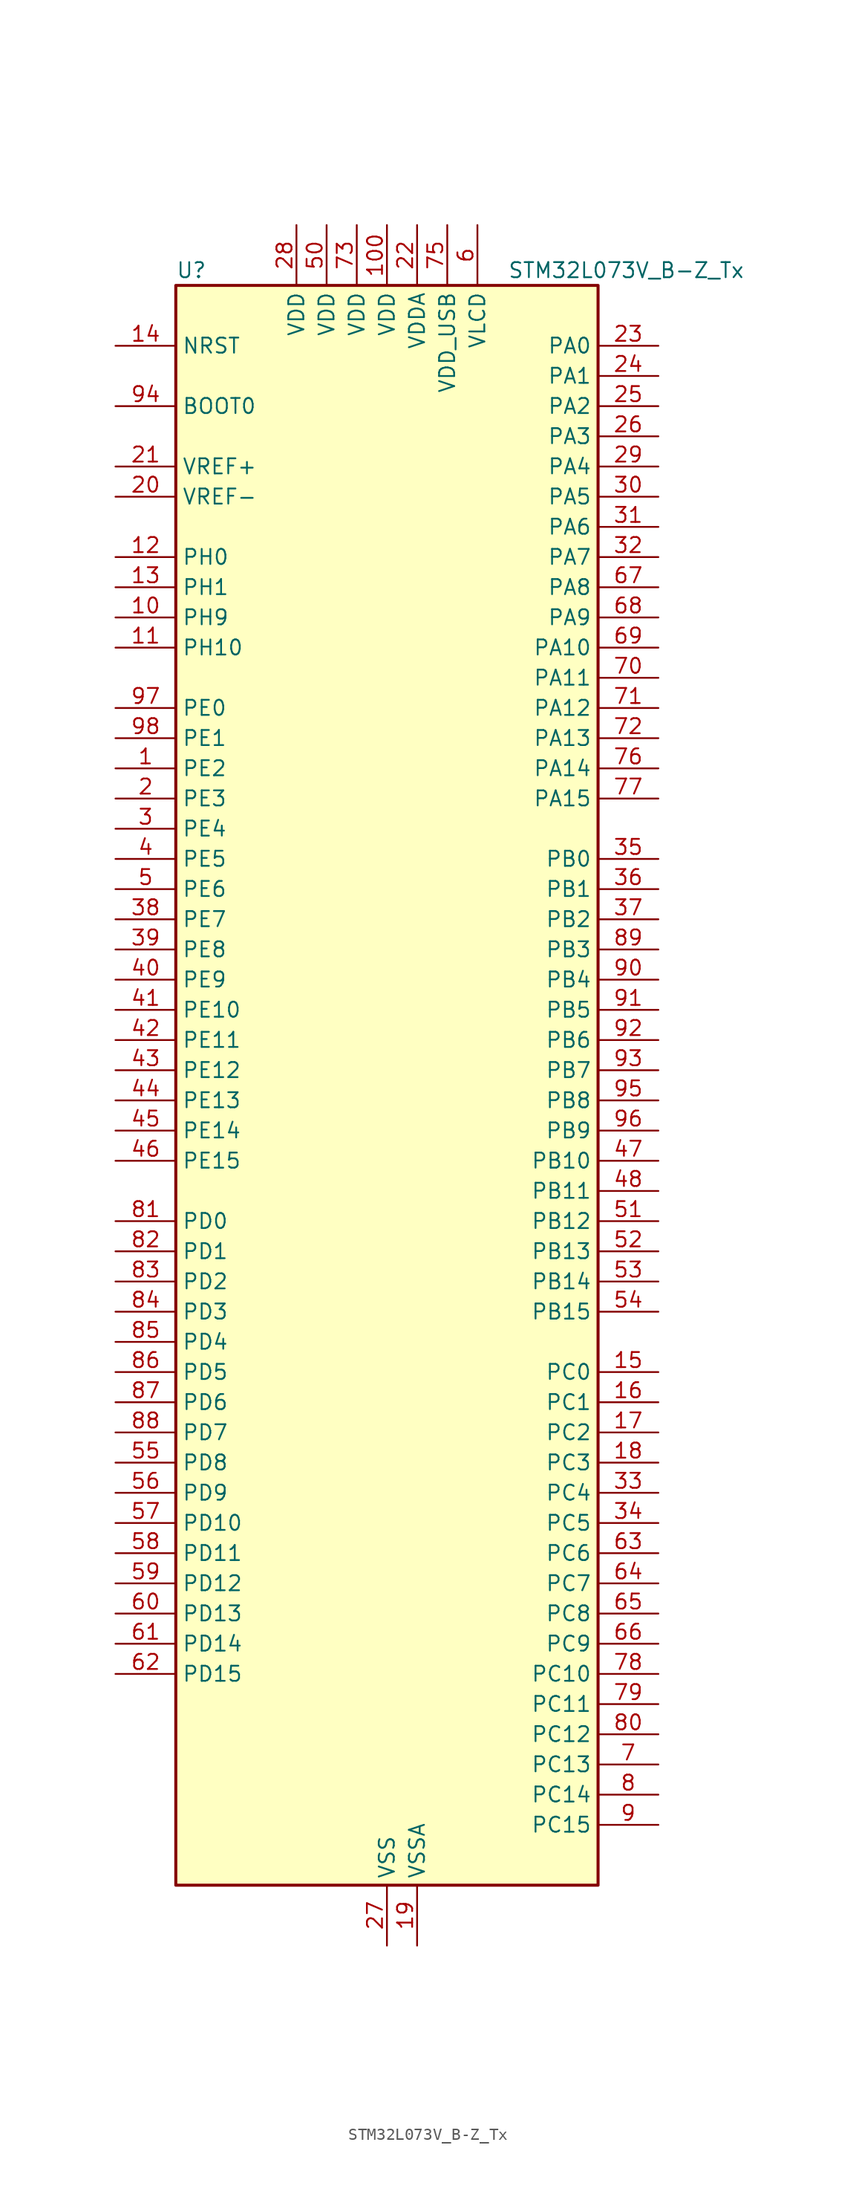
<source format=kicad_sym>
(kicad_symbol_lib
  (version 20241209)
  (generator "kicad_symbol_editor")
  (generator_version "9.0")
  (symbol "STM32L073V_B-Z_Tx"
    (property "Reference" "U"
      (at -17.78 69.85 0)
      (effects (font (size 1.27 1.27)) (justify left)))
    (property "Value" "STM32L073V_B-Z_Tx"
      (at 10.16 69.85 0)
      (effects (font (size 1.27 1.27)) (justify left)))
    (symbol "STM32L073V_B-Z_Tx_0_1"
      (rectangle (start -17.78 -66.04) (end 17.78 68.58) (stroke (width 0.254) (type default)) (fill (type background))))
    (symbol "STM32L073V_B-Z_Tx_1_1"
      (pin input line (at -22.86 63.5 0) (length 5.08) (name "NRST" (effects (font (size 1.27 1.27)))) (number "14" (effects (font (size 1.27 1.27)))))
      (pin input line (at -22.86 58.42 0) (length 5.08) (name "BOOT0" (effects (font (size 1.27 1.27)))) (number "94" (effects (font (size 1.27 1.27)))))
      (pin input line (at -22.86 53.34 0) (length 5.08) (name "VREF+" (effects (font (size 1.27 1.27)))) (number "21" (effects (font (size 1.27 1.27)))))
      (pin input line (at -22.86 50.8 0) (length 5.08) (name "VREF-" (effects (font (size 1.27 1.27)))) (number "20" (effects (font (size 1.27 1.27)))))
      (pin bidirectional line (at -22.86 45.72 0) (length 5.08) (name "PH0" (effects (font (size 1.27 1.27)))) (number "12" (effects (font (size 1.27 1.27)))) (alternate "CRS_SYNC" bidirectional line) (alternate "RCC_OSC_IN" bidirectional line))
      (pin bidirectional line (at -22.86 43.18 0) (length 5.08) (name "PH1" (effects (font (size 1.27 1.27)))) (number "13" (effects (font (size 1.27 1.27)))) (alternate "RCC_OSC_OUT" bidirectional line))
      (pin bidirectional line (at -22.86 40.64 0) (length 5.08) (name "PH9" (effects (font (size 1.27 1.27)))) (number "10" (effects (font (size 1.27 1.27)))) (alternate "DAC_EXTI9" bidirectional line))
      (pin bidirectional line (at -22.86 38.1 0) (length 5.08) (name "PH10" (effects (font (size 1.27 1.27)))) (number "11" (effects (font (size 1.27 1.27)))))
      (pin bidirectional line (at -22.86 33.02 0) (length 5.08) (name "PE0" (effects (font (size 1.27 1.27)))) (number "97" (effects (font (size 1.27 1.27)))) (alternate "LCD_SEG36" bidirectional line))
      (pin bidirectional line (at -22.86 30.48 0) (length 5.08) (name "PE1" (effects (font (size 1.27 1.27)))) (number "98" (effects (font (size 1.27 1.27)))) (alternate "LCD_SEG37" bidirectional line))
      (pin bidirectional line (at -22.86 27.94 0) (length 5.08) (name "PE2" (effects (font (size 1.27 1.27)))) (number "1" (effects (font (size 1.27 1.27)))) (alternate "LCD_SEG38" bidirectional line) (alternate "TIM3_ETR" bidirectional line))
      (pin bidirectional line (at -22.86 25.4 0) (length 5.08) (name "PE3" (effects (font (size 1.27 1.27)))) (number "2" (effects (font (size 1.27 1.27)))) (alternate "LCD_SEG39" bidirectional line) (alternate "TIM22_CH1" bidirectional line) (alternate "TIM3_CH1" bidirectional line))
      (pin bidirectional line (at -22.86 22.86 0) (length 5.08) (name "PE4" (effects (font (size 1.27 1.27)))) (number "3" (effects (font (size 1.27 1.27)))) (alternate "TIM22_CH2" bidirectional line) (alternate "TIM3_CH2" bidirectional line))
      (pin bidirectional line (at -22.86 20.32 0) (length 5.08) (name "PE5" (effects (font (size 1.27 1.27)))) (number "4" (effects (font (size 1.27 1.27)))) (alternate "TIM21_CH1" bidirectional line) (alternate "TIM3_CH3" bidirectional line))
      (pin bidirectional line (at -22.86 17.78 0) (length 5.08) (name "PE6" (effects (font (size 1.27 1.27)))) (number "5" (effects (font (size 1.27 1.27)))) (alternate "RTC_TAMP3" bidirectional line) (alternate "SYS_WKUP3" bidirectional line) (alternate "TIM21_CH2" bidirectional line) (alternate "TIM3_CH4" bidirectional line))
      (pin bidirectional line (at -22.86 15.24 0) (length 5.08) (name "PE7" (effects (font (size 1.27 1.27)))) (number "38" (effects (font (size 1.27 1.27)))) (alternate "LCD_SEG45" bidirectional line) (alternate "USART5_CK" bidirectional line) (alternate "USART5_DE" bidirectional line) (alternate "USART5_RTS" bidirectional line))
      (pin bidirectional line (at -22.86 12.7 0) (length 5.08) (name "PE8" (effects (font (size 1.27 1.27)))) (number "39" (effects (font (size 1.27 1.27)))) (alternate "LCD_SEG46" bidirectional line) (alternate "USART4_TX" bidirectional line))
      (pin bidirectional line (at -22.86 10.16 0) (length 5.08) (name "PE9" (effects (font (size 1.27 1.27)))) (number "40" (effects (font (size 1.27 1.27)))) (alternate "DAC_EXTI9" bidirectional line) (alternate "LCD_SEG47" bidirectional line) (alternate "TIM2_CH1" bidirectional line) (alternate "TIM2_ETR" bidirectional line) (alternate "USART4_RX" bidirectional line))
      (pin bidirectional line (at -22.86 7.62 0) (length 5.08) (name "PE10" (effects (font (size 1.27 1.27)))) (number "41" (effects (font (size 1.27 1.27)))) (alternate "LCD_SEG40" bidirectional line) (alternate "TIM2_CH2" bidirectional line) (alternate "USART5_TX" bidirectional line))
      (pin bidirectional line (at -22.86 5.08 0) (length 5.08) (name "PE11" (effects (font (size 1.27 1.27)))) (number "42" (effects (font (size 1.27 1.27)))) (alternate "ADC_EXTI11" bidirectional line) (alternate "LCD_VLCD1" bidirectional line) (alternate "TIM2_CH3" bidirectional line) (alternate "USART5_RX" bidirectional line))
      (pin bidirectional line (at -22.86 2.54 0) (length 5.08) (name "PE12" (effects (font (size 1.27 1.27)))) (number "43" (effects (font (size 1.27 1.27)))) (alternate "LCD_VLCD3" bidirectional line) (alternate "SPI1_NSS" bidirectional line) (alternate "TIM2_CH4" bidirectional line))
      (pin bidirectional line (at -22.86 0 0) (length 5.08) (name "PE13" (effects (font (size 1.27 1.27)))) (number "44" (effects (font (size 1.27 1.27)))) (alternate "LCD_SEG41" bidirectional line) (alternate "SPI1_SCK" bidirectional line))
      (pin bidirectional line (at -22.86 -2.54 0) (length 5.08) (name "PE14" (effects (font (size 1.27 1.27)))) (number "45" (effects (font (size 1.27 1.27)))) (alternate "LCD_SEG42" bidirectional line) (alternate "SPI1_MISO" bidirectional line))
      (pin bidirectional line (at -22.86 -5.08 0) (length 5.08) (name "PE15" (effects (font (size 1.27 1.27)))) (number "46" (effects (font (size 1.27 1.27)))) (alternate "LCD_SEG43" bidirectional line) (alternate "SPI1_MOSI" bidirectional line))
      (pin bidirectional line (at -22.86 -10.16 0) (length 5.08) (name "PD0" (effects (font (size 1.27 1.27)))) (number "81" (effects (font (size 1.27 1.27)))) (alternate "I2S2_WS" bidirectional line) (alternate "SPI2_NSS" bidirectional line) (alternate "TIM21_CH1" bidirectional line))
      (pin bidirectional line (at -22.86 -12.7 0) (length 5.08) (name "PD1" (effects (font (size 1.27 1.27)))) (number "82" (effects (font (size 1.27 1.27)))) (alternate "I2S2_CK" bidirectional line) (alternate "SPI2_SCK" bidirectional line))
      (pin bidirectional line (at -22.86 -15.24 0) (length 5.08) (name "PD2" (effects (font (size 1.27 1.27)))) (number "83" (effects (font (size 1.27 1.27)))) (alternate "LCD_COM7" bidirectional line) (alternate "LCD_SEG31" bidirectional line) (alternate "LCD_SEG51" bidirectional line) (alternate "LPUART1_DE" bidirectional line) (alternate "LPUART1_RTS" bidirectional line) (alternate "TIM3_ETR" bidirectional line) (alternate "USART5_RX" bidirectional line))
      (pin bidirectional line (at -22.86 -17.78 0) (length 5.08) (name "PD3" (effects (font (size 1.27 1.27)))) (number "84" (effects (font (size 1.27 1.27)))) (alternate "I2S2_MCK" bidirectional line) (alternate "LCD_SEG44" bidirectional line) (alternate "SPI2_MISO" bidirectional line) (alternate "USART2_CTS" bidirectional line))
      (pin bidirectional line (at -22.86 -20.32 0) (length 5.08) (name "PD4" (effects (font (size 1.27 1.27)))) (number "85" (effects (font (size 1.27 1.27)))) (alternate "I2S2_SD" bidirectional line) (alternate "SPI2_MOSI" bidirectional line) (alternate "USART2_DE" bidirectional line) (alternate "USART2_RTS" bidirectional line))
      (pin bidirectional line (at -22.86 -22.86 0) (length 5.08) (name "PD5" (effects (font (size 1.27 1.27)))) (number "86" (effects (font (size 1.27 1.27)))) (alternate "USART2_TX" bidirectional line))
      (pin bidirectional line (at -22.86 -25.4 0) (length 5.08) (name "PD6" (effects (font (size 1.27 1.27)))) (number "87" (effects (font (size 1.27 1.27)))) (alternate "USART2_RX" bidirectional line))
      (pin bidirectional line (at -22.86 -27.94 0) (length 5.08) (name "PD7" (effects (font (size 1.27 1.27)))) (number "88" (effects (font (size 1.27 1.27)))) (alternate "TIM21_CH2" bidirectional line) (alternate "USART2_CK" bidirectional line))
      (pin bidirectional line (at -22.86 -30.48 0) (length 5.08) (name "PD8" (effects (font (size 1.27 1.27)))) (number "55" (effects (font (size 1.27 1.27)))) (alternate "LCD_SEG28" bidirectional line) (alternate "LPUART1_TX" bidirectional line))
      (pin bidirectional line (at -22.86 -33.02 0) (length 5.08) (name "PD9" (effects (font (size 1.27 1.27)))) (number "56" (effects (font (size 1.27 1.27)))) (alternate "DAC_EXTI9" bidirectional line) (alternate "LCD_SEG29" bidirectional line) (alternate "LPUART1_RX" bidirectional line))
      (pin bidirectional line (at -22.86 -35.56 0) (length 5.08) (name "PD10" (effects (font (size 1.27 1.27)))) (number "57" (effects (font (size 1.27 1.27)))) (alternate "LCD_SEG30" bidirectional line))
      (pin bidirectional line (at -22.86 -38.1 0) (length 5.08) (name "PD11" (effects (font (size 1.27 1.27)))) (number "58" (effects (font (size 1.27 1.27)))) (alternate "ADC_EXTI11" bidirectional line) (alternate "LCD_SEG31" bidirectional line) (alternate "LPUART1_CTS" bidirectional line))
      (pin bidirectional line (at -22.86 -40.64 0) (length 5.08) (name "PD12" (effects (font (size 1.27 1.27)))) (number "59" (effects (font (size 1.27 1.27)))) (alternate "LCD_SEG32" bidirectional line) (alternate "LPUART1_DE" bidirectional line) (alternate "LPUART1_RTS" bidirectional line))
      (pin bidirectional line (at -22.86 -43.18 0) (length 5.08) (name "PD13" (effects (font (size 1.27 1.27)))) (number "60" (effects (font (size 1.27 1.27)))) (alternate "LCD_SEG33" bidirectional line))
      (pin bidirectional line (at -22.86 -45.72 0) (length 5.08) (name "PD14" (effects (font (size 1.27 1.27)))) (number "61" (effects (font (size 1.27 1.27)))) (alternate "LCD_SEG34" bidirectional line))
      (pin bidirectional line (at -22.86 -48.26 0) (length 5.08) (name "PD15" (effects (font (size 1.27 1.27)))) (number "62" (effects (font (size 1.27 1.27)))) (alternate "CRS_SYNC" bidirectional line) (alternate "LCD_SEG35" bidirectional line))
      (pin power_in line (at -7.62 73.66 270) (length 5.08) (name "VDD" (effects (font (size 1.27 1.27)))) (number "28" (effects (font (size 1.27 1.27)))))
      (pin power_in line (at -5.08 73.66 270) (length 5.08) (name "VDD" (effects (font (size 1.27 1.27)))) (number "50" (effects (font (size 1.27 1.27)))))
      (pin power_in line (at -2.54 73.66 270) (length 5.08) (name "VDD" (effects (font (size 1.27 1.27)))) (number "73" (effects (font (size 1.27 1.27)))))
      (pin power_in line (at 0 73.66 270) (length 5.08) (name "VDD" (effects (font (size 1.27 1.27)))) (number "100" (effects (font (size 1.27 1.27)))))
      (pin power_in line (at 0 -71.12 90) (length 5.08) (name "VSS" (effects (font (size 1.27 1.27)))) (number "27" (effects (font (size 1.27 1.27)))))
      (pin passive line (at 0 -71.12 90) (length 5.08) (hide yes) (name "VSS" (effects (font (size 1.27 1.27)))) (number "49" (effects (font (size 1.27 1.27)))))
      (pin passive line (at 0 -71.12 90) (length 5.08) (hide yes) (name "VSS" (effects (font (size 1.27 1.27)))) (number "74" (effects (font (size 1.27 1.27)))))
      (pin passive line (at 0 -71.12 90) (length 5.08) (hide yes) (name "VSS" (effects (font (size 1.27 1.27)))) (number "99" (effects (font (size 1.27 1.27)))))
      (pin power_in line (at 2.54 73.66 270) (length 5.08) (name "VDDA" (effects (font (size 1.27 1.27)))) (number "22" (effects (font (size 1.27 1.27)))))
      (pin power_in line (at 2.54 -71.12 90) (length 5.08) (name "VSSA" (effects (font (size 1.27 1.27)))) (number "19" (effects (font (size 1.27 1.27)))))
      (pin power_in line (at 5.08 73.66 270) (length 5.08) (name "VDD_USB" (effects (font (size 1.27 1.27)))) (number "75" (effects (font (size 1.27 1.27)))))
      (pin power_in line (at 7.62 73.66 270) (length 5.08) (name "VLCD" (effects (font (size 1.27 1.27)))) (number "6" (effects (font (size 1.27 1.27)))))
      (pin bidirectional line (at 22.86 63.5 180) (length 5.08) (name "PA0" (effects (font (size 1.27 1.27)))) (number "23" (effects (font (size 1.27 1.27)))) (alternate "ADC_IN0" bidirectional line) (alternate "COMP1_INM" bidirectional line) (alternate "COMP1_OUT" bidirectional line) (alternate "RTC_TAMP2" bidirectional line) (alternate "SYS_WKUP1" bidirectional line) (alternate "TIM2_CH1" bidirectional line) (alternate "TIM2_ETR" bidirectional line) (alternate "TSC_G1_IO1" bidirectional line) (alternate "USART2_CTS" bidirectional line) (alternate "USART4_TX" bidirectional line))
      (pin bidirectional line (at 22.86 60.96 180) (length 5.08) (name "PA1" (effects (font (size 1.27 1.27)))) (number "24" (effects (font (size 1.27 1.27)))) (alternate "ADC_IN1" bidirectional line) (alternate "COMP1_INP" bidirectional line) (alternate "LCD_SEG0" bidirectional line) (alternate "TIM21_ETR" bidirectional line) (alternate "TIM2_CH2" bidirectional line) (alternate "TSC_G1_IO2" bidirectional line) (alternate "USART2_DE" bidirectional line) (alternate "USART2_RTS" bidirectional line) (alternate "USART4_RX" bidirectional line))
      (pin bidirectional line (at 22.86 58.42 180) (length 5.08) (name "PA2" (effects (font (size 1.27 1.27)))) (number "25" (effects (font (size 1.27 1.27)))) (alternate "ADC_IN2" bidirectional line) (alternate "COMP2_INM" bidirectional line) (alternate "COMP2_OUT" bidirectional line) (alternate "LCD_SEG1" bidirectional line) (alternate "LPUART1_TX" bidirectional line) (alternate "TIM21_CH1" bidirectional line) (alternate "TIM2_CH3" bidirectional line) (alternate "TSC_G1_IO3" bidirectional line) (alternate "USART2_TX" bidirectional line))
      (pin bidirectional line (at 22.86 55.88 180) (length 5.08) (name "PA3" (effects (font (size 1.27 1.27)))) (number "26" (effects (font (size 1.27 1.27)))) (alternate "ADC_IN3" bidirectional line) (alternate "COMP2_INP" bidirectional line) (alternate "LCD_SEG2" bidirectional line) (alternate "LPUART1_RX" bidirectional line) (alternate "TIM21_CH2" bidirectional line) (alternate "TIM2_CH4" bidirectional line) (alternate "TSC_G1_IO4" bidirectional line) (alternate "USART2_RX" bidirectional line))
      (pin bidirectional line (at 22.86 53.34 180) (length 5.08) (name "PA4" (effects (font (size 1.27 1.27)))) (number "29" (effects (font (size 1.27 1.27)))) (alternate "ADC_IN4" bidirectional line) (alternate "COMP1_INM" bidirectional line) (alternate "COMP2_INM" bidirectional line) (alternate "DAC_OUT1" bidirectional line) (alternate "SPI1_NSS" bidirectional line) (alternate "TIM22_ETR" bidirectional line) (alternate "TSC_G2_IO1" bidirectional line) (alternate "USART2_CK" bidirectional line))
      (pin bidirectional line (at 22.86 50.8 180) (length 5.08) (name "PA5" (effects (font (size 1.27 1.27)))) (number "30" (effects (font (size 1.27 1.27)))) (alternate "ADC_IN5" bidirectional line) (alternate "COMP1_INM" bidirectional line) (alternate "COMP2_INM" bidirectional line) (alternate "DAC_OUT2" bidirectional line) (alternate "SPI1_SCK" bidirectional line) (alternate "TIM2_CH1" bidirectional line) (alternate "TIM2_ETR" bidirectional line) (alternate "TSC_G2_IO2" bidirectional line))
      (pin bidirectional line (at 22.86 48.26 180) (length 5.08) (name "PA6" (effects (font (size 1.27 1.27)))) (number "31" (effects (font (size 1.27 1.27)))) (alternate "ADC_IN6" bidirectional line) (alternate "COMP1_OUT" bidirectional line) (alternate "LCD_SEG3" bidirectional line) (alternate "LPUART1_CTS" bidirectional line) (alternate "SPI1_MISO" bidirectional line) (alternate "TIM22_CH1" bidirectional line) (alternate "TIM3_CH1" bidirectional line) (alternate "TSC_G2_IO3" bidirectional line))
      (pin bidirectional line (at 22.86 45.72 180) (length 5.08) (name "PA7" (effects (font (size 1.27 1.27)))) (number "32" (effects (font (size 1.27 1.27)))) (alternate "ADC_IN7" bidirectional line) (alternate "COMP2_OUT" bidirectional line) (alternate "LCD_SEG4" bidirectional line) (alternate "SPI1_MOSI" bidirectional line) (alternate "TIM22_CH2" bidirectional line) (alternate "TIM3_CH2" bidirectional line) (alternate "TSC_G2_IO4" bidirectional line))
      (pin bidirectional line (at 22.86 43.18 180) (length 5.08) (name "PA8" (effects (font (size 1.27 1.27)))) (number "67" (effects (font (size 1.27 1.27)))) (alternate "CRS_SYNC" bidirectional line) (alternate "I2C3_SCL" bidirectional line) (alternate "LCD_COM0" bidirectional line) (alternate "RCC_MCO" bidirectional line) (alternate "USART1_CK" bidirectional line))
      (pin bidirectional line (at 22.86 40.64 180) (length 5.08) (name "PA9" (effects (font (size 1.27 1.27)))) (number "68" (effects (font (size 1.27 1.27)))) (alternate "DAC_EXTI9" bidirectional line) (alternate "I2C1_SCL" bidirectional line) (alternate "I2C3_SMBA" bidirectional line) (alternate "LCD_COM1" bidirectional line) (alternate "RCC_MCO" bidirectional line) (alternate "TSC_G4_IO1" bidirectional line) (alternate "USART1_TX" bidirectional line))
      (pin bidirectional line (at 22.86 38.1 180) (length 5.08) (name "PA10" (effects (font (size 1.27 1.27)))) (number "69" (effects (font (size 1.27 1.27)))) (alternate "I2C1_SDA" bidirectional line) (alternate "LCD_COM2" bidirectional line) (alternate "TSC_G4_IO2" bidirectional line) (alternate "USART1_RX" bidirectional line))
      (pin bidirectional line (at 22.86 35.56 180) (length 5.08) (name "PA11" (effects (font (size 1.27 1.27)))) (number "70" (effects (font (size 1.27 1.27)))) (alternate "ADC_EXTI11" bidirectional line) (alternate "COMP1_OUT" bidirectional line) (alternate "SPI1_MISO" bidirectional line) (alternate "TSC_G4_IO3" bidirectional line) (alternate "USART1_CTS" bidirectional line) (alternate "USB_DM" bidirectional line))
      (pin bidirectional line (at 22.86 33.02 180) (length 5.08) (name "PA12" (effects (font (size 1.27 1.27)))) (number "71" (effects (font (size 1.27 1.27)))) (alternate "COMP2_OUT" bidirectional line) (alternate "SPI1_MOSI" bidirectional line) (alternate "TSC_G4_IO4" bidirectional line) (alternate "USART1_DE" bidirectional line) (alternate "USART1_RTS" bidirectional line) (alternate "USB_DP" bidirectional line))
      (pin bidirectional line (at 22.86 30.48 180) (length 5.08) (name "PA13" (effects (font (size 1.27 1.27)))) (number "72" (effects (font (size 1.27 1.27)))) (alternate "LPUART1_RX" bidirectional line) (alternate "SYS_SWDIO" bidirectional line) (alternate "USB_NOE" bidirectional line))
      (pin bidirectional line (at 22.86 27.94 180) (length 5.08) (name "PA14" (effects (font (size 1.27 1.27)))) (number "76" (effects (font (size 1.27 1.27)))) (alternate "LPUART1_TX" bidirectional line) (alternate "SYS_SWCLK" bidirectional line) (alternate "USART2_TX" bidirectional line))
      (pin bidirectional line (at 22.86 25.4 180) (length 5.08) (name "PA15" (effects (font (size 1.27 1.27)))) (number "77" (effects (font (size 1.27 1.27)))) (alternate "LCD_SEG17" bidirectional line) (alternate "SPI1_NSS" bidirectional line) (alternate "TIM2_CH1" bidirectional line) (alternate "TIM2_ETR" bidirectional line) (alternate "USART2_RX" bidirectional line) (alternate "USART4_DE" bidirectional line) (alternate "USART4_RTS" bidirectional line))
      (pin bidirectional line (at 22.86 20.32 180) (length 5.08) (name "PB0" (effects (font (size 1.27 1.27)))) (number "35" (effects (font (size 1.27 1.27)))) (alternate "ADC_IN8" bidirectional line) (alternate "LCD_SEG5" bidirectional line) (alternate "LCD_VLCD3" bidirectional line) (alternate "SYS_VREF_OUT_PB0" bidirectional line) (alternate "TIM3_CH3" bidirectional line) (alternate "TSC_G3_IO2" bidirectional line))
      (pin bidirectional line (at 22.86 17.78 180) (length 5.08) (name "PB1" (effects (font (size 1.27 1.27)))) (number "36" (effects (font (size 1.27 1.27)))) (alternate "ADC_IN9" bidirectional line) (alternate "LCD_SEG6" bidirectional line) (alternate "LPUART1_DE" bidirectional line) (alternate "LPUART1_RTS" bidirectional line) (alternate "SYS_VREF_OUT_PB1" bidirectional line) (alternate "TIM3_CH4" bidirectional line) (alternate "TSC_G3_IO3" bidirectional line))
      (pin bidirectional line (at 22.86 15.24 180) (length 5.08) (name "PB2" (effects (font (size 1.27 1.27)))) (number "37" (effects (font (size 1.27 1.27)))) (alternate "I2C3_SMBA" bidirectional line) (alternate "LCD_VLCD2" bidirectional line) (alternate "LPTIM1_OUT" bidirectional line) (alternate "TSC_G3_IO4" bidirectional line))
      (pin bidirectional line (at 22.86 12.7 180) (length 5.08) (name "PB3" (effects (font (size 1.27 1.27)))) (number "89" (effects (font (size 1.27 1.27)))) (alternate "COMP2_INM" bidirectional line) (alternate "LCD_SEG7" bidirectional line) (alternate "SPI1_SCK" bidirectional line) (alternate "TIM2_CH2" bidirectional line) (alternate "TSC_G5_IO1" bidirectional line) (alternate "USART1_DE" bidirectional line) (alternate "USART1_RTS" bidirectional line) (alternate "USART5_TX" bidirectional line))
      (pin bidirectional line (at 22.86 10.16 180) (length 5.08) (name "PB4" (effects (font (size 1.27 1.27)))) (number "90" (effects (font (size 1.27 1.27)))) (alternate "COMP2_INP" bidirectional line) (alternate "I2C3_SDA" bidirectional line) (alternate "LCD_SEG8" bidirectional line) (alternate "SPI1_MISO" bidirectional line) (alternate "TIM22_CH1" bidirectional line) (alternate "TIM3_CH1" bidirectional line) (alternate "TSC_G5_IO2" bidirectional line) (alternate "USART1_CTS" bidirectional line) (alternate "USART5_RX" bidirectional line))
      (pin bidirectional line (at 22.86 7.62 180) (length 5.08) (name "PB5" (effects (font (size 1.27 1.27)))) (number "91" (effects (font (size 1.27 1.27)))) (alternate "COMP2_INP" bidirectional line) (alternate "I2C1_SMBA" bidirectional line) (alternate "LCD_SEG9" bidirectional line) (alternate "LPTIM1_IN1" bidirectional line) (alternate "SPI1_MOSI" bidirectional line) (alternate "TIM22_CH2" bidirectional line) (alternate "TIM3_CH2" bidirectional line) (alternate "USART1_CK" bidirectional line) (alternate "USART5_CK" bidirectional line) (alternate "USART5_DE" bidirectional line) (alternate "USART5_RTS" bidirectional line))
      (pin bidirectional line (at 22.86 5.08 180) (length 5.08) (name "PB6" (effects (font (size 1.27 1.27)))) (number "92" (effects (font (size 1.27 1.27)))) (alternate "COMP2_INP" bidirectional line) (alternate "I2C1_SCL" bidirectional line) (alternate "LPTIM1_ETR" bidirectional line) (alternate "TSC_G5_IO3" bidirectional line) (alternate "USART1_TX" bidirectional line))
      (pin bidirectional line (at 22.86 2.54 180) (length 5.08) (name "PB7" (effects (font (size 1.27 1.27)))) (number "93" (effects (font (size 1.27 1.27)))) (alternate "COMP2_INP" bidirectional line) (alternate "I2C1_SDA" bidirectional line) (alternate "LPTIM1_IN2" bidirectional line) (alternate "SYS_PVD_IN" bidirectional line) (alternate "TSC_G5_IO4" bidirectional line) (alternate "USART1_RX" bidirectional line) (alternate "USART4_CTS" bidirectional line))
      (pin bidirectional line (at 22.86 0 180) (length 5.08) (name "PB8" (effects (font (size 1.27 1.27)))) (number "95" (effects (font (size 1.27 1.27)))) (alternate "I2C1_SCL" bidirectional line) (alternate "LCD_SEG16" bidirectional line) (alternate "TSC_SYNC" bidirectional line))
      (pin bidirectional line (at 22.86 -2.54 180) (length 5.08) (name "PB9" (effects (font (size 1.27 1.27)))) (number "96" (effects (font (size 1.27 1.27)))) (alternate "DAC_EXTI9" bidirectional line) (alternate "I2C1_SDA" bidirectional line) (alternate "I2S2_WS" bidirectional line) (alternate "LCD_COM3" bidirectional line) (alternate "SPI2_NSS" bidirectional line))
      (pin bidirectional line (at 22.86 -5.08 180) (length 5.08) (name "PB10" (effects (font (size 1.27 1.27)))) (number "47" (effects (font (size 1.27 1.27)))) (alternate "I2C2_SCL" bidirectional line) (alternate "LCD_SEG10" bidirectional line) (alternate "LPUART1_RX" bidirectional line) (alternate "LPUART1_TX" bidirectional line) (alternate "SPI2_SCK" bidirectional line) (alternate "TIM2_CH3" bidirectional line) (alternate "TSC_SYNC" bidirectional line))
      (pin bidirectional line (at 22.86 -7.62 180) (length 5.08) (name "PB11" (effects (font (size 1.27 1.27)))) (number "48" (effects (font (size 1.27 1.27)))) (alternate "ADC_EXTI11" bidirectional line) (alternate "I2C2_SDA" bidirectional line) (alternate "LCD_SEG11" bidirectional line) (alternate "LPUART1_RX" bidirectional line) (alternate "LPUART1_TX" bidirectional line) (alternate "TIM2_CH4" bidirectional line) (alternate "TSC_G6_IO1" bidirectional line))
      (pin bidirectional line (at 22.86 -10.16 180) (length 5.08) (name "PB12" (effects (font (size 1.27 1.27)))) (number "51" (effects (font (size 1.27 1.27)))) (alternate "I2S2_WS" bidirectional line) (alternate "LCD_SEG12" bidirectional line) (alternate "LCD_VLCD2" bidirectional line) (alternate "LPUART1_DE" bidirectional line) (alternate "LPUART1_RTS" bidirectional line) (alternate "SPI2_NSS" bidirectional line) (alternate "TSC_G6_IO2" bidirectional line))
      (pin bidirectional line (at 22.86 -12.7 180) (length 5.08) (name "PB13" (effects (font (size 1.27 1.27)))) (number "52" (effects (font (size 1.27 1.27)))) (alternate "I2C2_SCL" bidirectional line) (alternate "I2S2_CK" bidirectional line) (alternate "LCD_SEG13" bidirectional line) (alternate "LPUART1_CTS" bidirectional line) (alternate "RCC_MCO" bidirectional line) (alternate "SPI2_SCK" bidirectional line) (alternate "TIM21_CH1" bidirectional line) (alternate "TSC_G6_IO3" bidirectional line))
      (pin bidirectional line (at 22.86 -15.24 180) (length 5.08) (name "PB14" (effects (font (size 1.27 1.27)))) (number "53" (effects (font (size 1.27 1.27)))) (alternate "I2C2_SDA" bidirectional line) (alternate "I2S2_MCK" bidirectional line) (alternate "LCD_SEG14" bidirectional line) (alternate "LPUART1_DE" bidirectional line) (alternate "LPUART1_RTS" bidirectional line) (alternate "RTC_OUT_ALARM" bidirectional line) (alternate "RTC_OUT_CALIB" bidirectional line) (alternate "SPI2_MISO" bidirectional line) (alternate "TIM21_CH2" bidirectional line) (alternate "TSC_G6_IO4" bidirectional line))
      (pin bidirectional line (at 22.86 -17.78 180) (length 5.08) (name "PB15" (effects (font (size 1.27 1.27)))) (number "54" (effects (font (size 1.27 1.27)))) (alternate "I2S2_SD" bidirectional line) (alternate "LCD_SEG15" bidirectional line) (alternate "RTC_REFIN" bidirectional line) (alternate "SPI2_MOSI" bidirectional line))
      (pin bidirectional line (at 22.86 -22.86 180) (length 5.08) (name "PC0" (effects (font (size 1.27 1.27)))) (number "15" (effects (font (size 1.27 1.27)))) (alternate "ADC_IN10" bidirectional line) (alternate "I2C3_SCL" bidirectional line) (alternate "LCD_SEG18" bidirectional line) (alternate "LPTIM1_IN1" bidirectional line) (alternate "LPUART1_RX" bidirectional line) (alternate "TSC_G7_IO1" bidirectional line))
      (pin bidirectional line (at 22.86 -25.4 180) (length 5.08) (name "PC1" (effects (font (size 1.27 1.27)))) (number "16" (effects (font (size 1.27 1.27)))) (alternate "ADC_IN11" bidirectional line) (alternate "I2C3_SDA" bidirectional line) (alternate "LCD_SEG19" bidirectional line) (alternate "LPTIM1_OUT" bidirectional line) (alternate "LPUART1_TX" bidirectional line) (alternate "TSC_G7_IO2" bidirectional line))
      (pin bidirectional line (at 22.86 -27.94 180) (length 5.08) (name "PC2" (effects (font (size 1.27 1.27)))) (number "17" (effects (font (size 1.27 1.27)))) (alternate "ADC_IN12" bidirectional line) (alternate "I2S2_MCK" bidirectional line) (alternate "LCD_SEG20" bidirectional line) (alternate "LPTIM1_IN2" bidirectional line) (alternate "SPI2_MISO" bidirectional line) (alternate "TSC_G7_IO3" bidirectional line))
      (pin bidirectional line (at 22.86 -30.48 180) (length 5.08) (name "PC3" (effects (font (size 1.27 1.27)))) (number "18" (effects (font (size 1.27 1.27)))) (alternate "ADC_IN13" bidirectional line) (alternate "I2S2_SD" bidirectional line) (alternate "LCD_SEG21" bidirectional line) (alternate "LPTIM1_ETR" bidirectional line) (alternate "SPI2_MOSI" bidirectional line) (alternate "TSC_G7_IO4" bidirectional line))
      (pin bidirectional line (at 22.86 -33.02 180) (length 5.08) (name "PC4" (effects (font (size 1.27 1.27)))) (number "33" (effects (font (size 1.27 1.27)))) (alternate "ADC_IN14" bidirectional line) (alternate "LCD_SEG22" bidirectional line) (alternate "LPUART1_TX" bidirectional line))
      (pin bidirectional line (at 22.86 -35.56 180) (length 5.08) (name "PC5" (effects (font (size 1.27 1.27)))) (number "34" (effects (font (size 1.27 1.27)))) (alternate "ADC_IN15" bidirectional line) (alternate "LCD_SEG23" bidirectional line) (alternate "LPUART1_RX" bidirectional line) (alternate "TSC_G3_IO1" bidirectional line))
      (pin bidirectional line (at 22.86 -38.1 180) (length 5.08) (name "PC6" (effects (font (size 1.27 1.27)))) (number "63" (effects (font (size 1.27 1.27)))) (alternate "LCD_SEG24" bidirectional line) (alternate "TIM22_CH1" bidirectional line) (alternate "TIM3_CH1" bidirectional line) (alternate "TSC_G8_IO1" bidirectional line))
      (pin bidirectional line (at 22.86 -40.64 180) (length 5.08) (name "PC7" (effects (font (size 1.27 1.27)))) (number "64" (effects (font (size 1.27 1.27)))) (alternate "LCD_SEG25" bidirectional line) (alternate "TIM22_CH2" bidirectional line) (alternate "TIM3_CH2" bidirectional line) (alternate "TSC_G8_IO2" bidirectional line))
      (pin bidirectional line (at 22.86 -43.18 180) (length 5.08) (name "PC8" (effects (font (size 1.27 1.27)))) (number "65" (effects (font (size 1.27 1.27)))) (alternate "LCD_SEG26" bidirectional line) (alternate "TIM22_ETR" bidirectional line) (alternate "TIM3_CH3" bidirectional line) (alternate "TSC_G8_IO3" bidirectional line))
      (pin bidirectional line (at 22.86 -45.72 180) (length 5.08) (name "PC9" (effects (font (size 1.27 1.27)))) (number "66" (effects (font (size 1.27 1.27)))) (alternate "DAC_EXTI9" bidirectional line) (alternate "I2C3_SDA" bidirectional line) (alternate "LCD_SEG27" bidirectional line) (alternate "TIM21_ETR" bidirectional line) (alternate "TIM3_CH4" bidirectional line) (alternate "TSC_G8_IO4" bidirectional line) (alternate "USB_NOE" bidirectional line))
      (pin bidirectional line (at 22.86 -48.26 180) (length 5.08) (name "PC10" (effects (font (size 1.27 1.27)))) (number "78" (effects (font (size 1.27 1.27)))) (alternate "LCD_COM4" bidirectional line) (alternate "LCD_SEG28" bidirectional line) (alternate "LCD_SEG48" bidirectional line) (alternate "LPUART1_TX" bidirectional line) (alternate "USART4_TX" bidirectional line))
      (pin bidirectional line (at 22.86 -50.8 180) (length 5.08) (name "PC11" (effects (font (size 1.27 1.27)))) (number "79" (effects (font (size 1.27 1.27)))) (alternate "ADC_EXTI11" bidirectional line) (alternate "LCD_COM5" bidirectional line) (alternate "LCD_SEG29" bidirectional line) (alternate "LCD_SEG49" bidirectional line) (alternate "LPUART1_RX" bidirectional line) (alternate "USART4_RX" bidirectional line))
      (pin bidirectional line (at 22.86 -53.34 180) (length 5.08) (name "PC12" (effects (font (size 1.27 1.27)))) (number "80" (effects (font (size 1.27 1.27)))) (alternate "LCD_COM6" bidirectional line) (alternate "LCD_SEG30" bidirectional line) (alternate "LCD_SEG50" bidirectional line) (alternate "USART4_CK" bidirectional line) (alternate "USART5_TX" bidirectional line))
      (pin bidirectional line (at 22.86 -55.88 180) (length 5.08) (name "PC13" (effects (font (size 1.27 1.27)))) (number "7" (effects (font (size 1.27 1.27)))) (alternate "RTC_OUT_ALARM" bidirectional line) (alternate "RTC_OUT_CALIB" bidirectional line) (alternate "RTC_TAMP1" bidirectional line) (alternate "RTC_TS" bidirectional line) (alternate "SYS_WKUP2" bidirectional line))
      (pin bidirectional line (at 22.86 -58.42 180) (length 5.08) (name "PC14" (effects (font (size 1.27 1.27)))) (number "8" (effects (font (size 1.27 1.27)))) (alternate "RCC_OSC32_IN" bidirectional line))
      (pin bidirectional line (at 22.86 -60.96 180) (length 5.08) (name "PC15" (effects (font (size 1.27 1.27)))) (number "9" (effects (font (size 1.27 1.27)))) (alternate "RCC_OSC32_OUT" bidirectional line)))))
</source>
